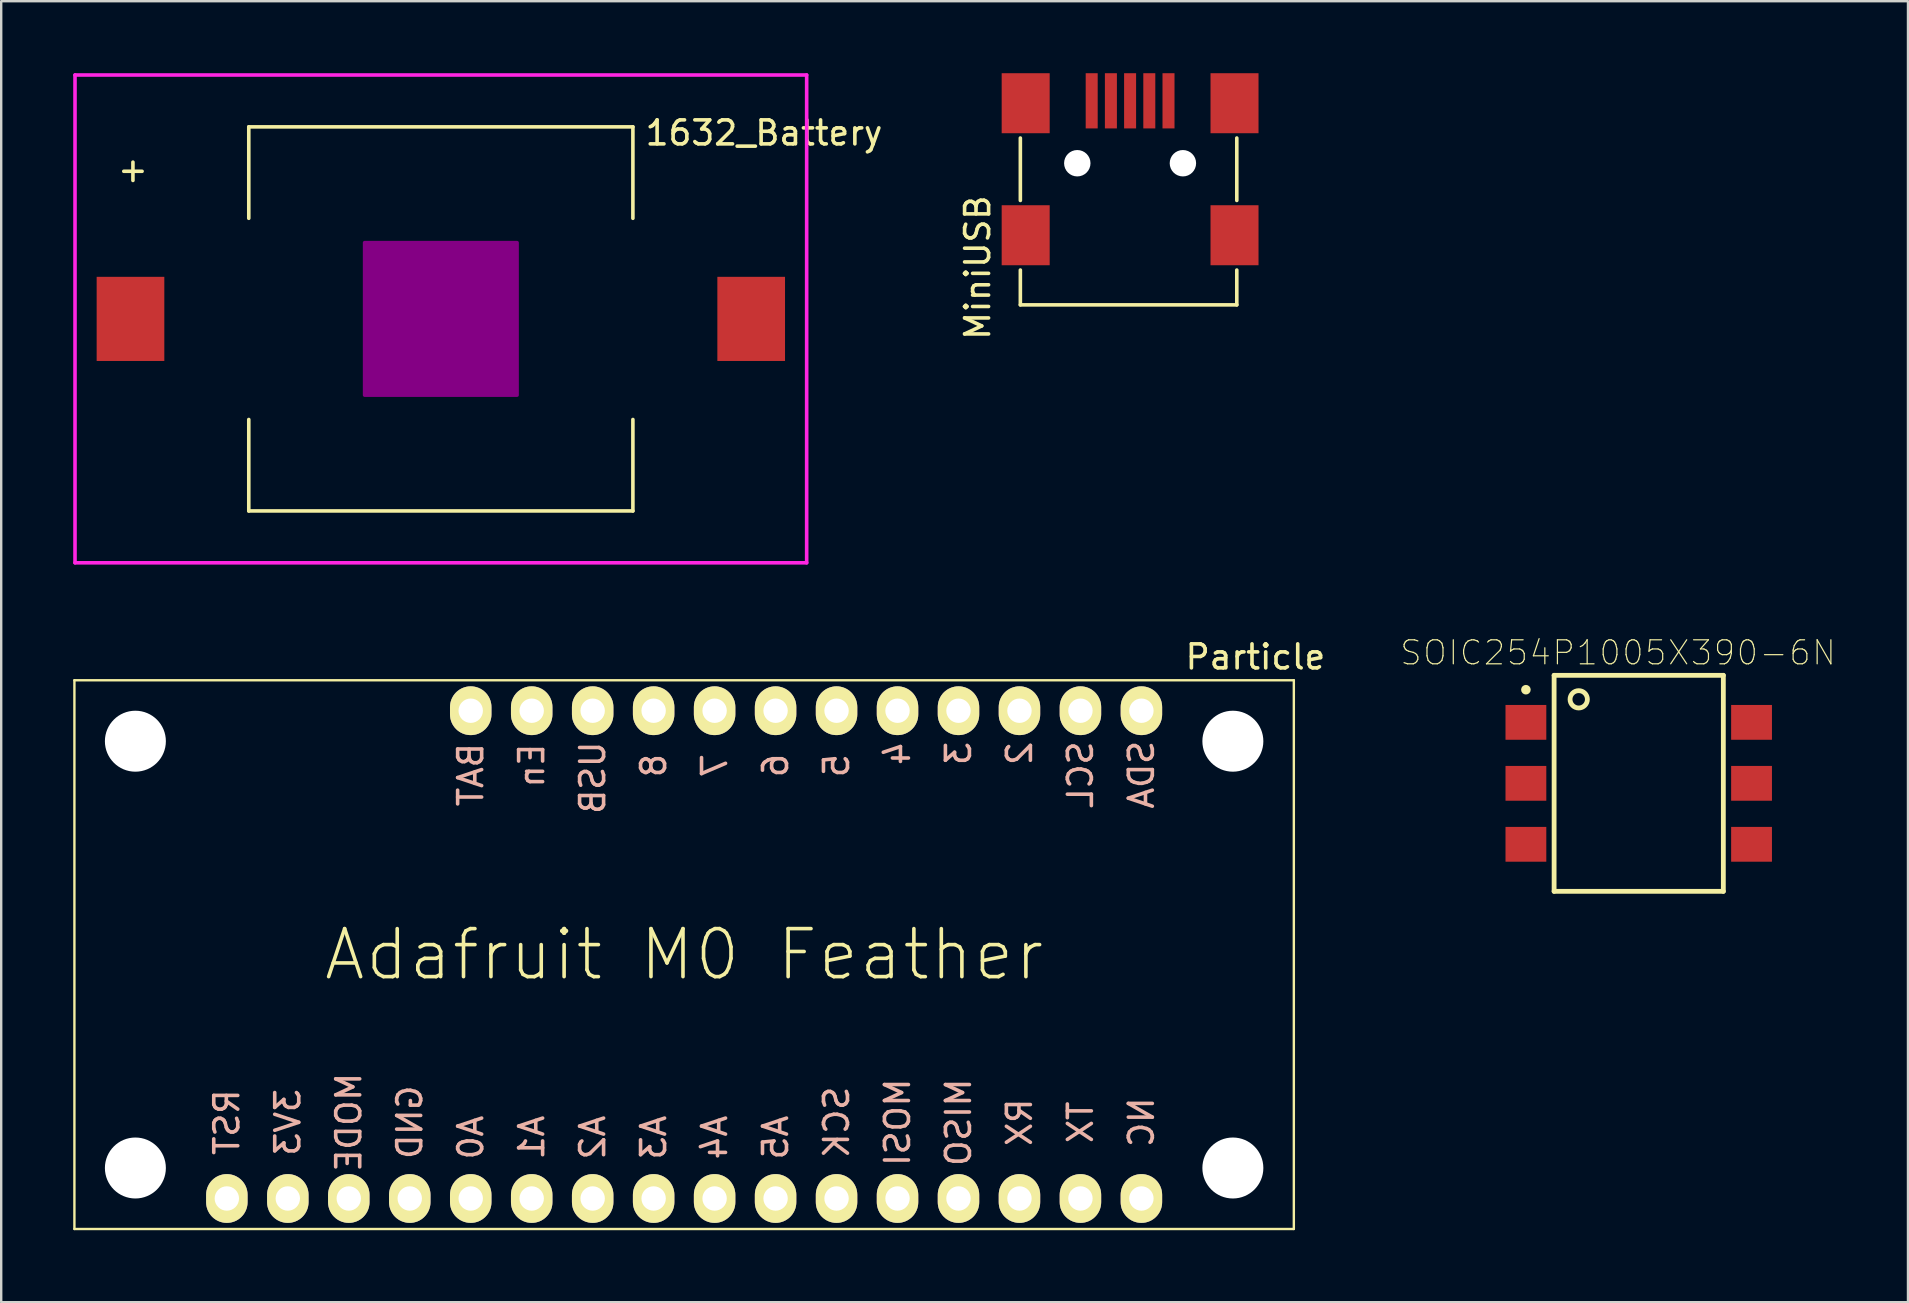
<source format=kicad_pcb>
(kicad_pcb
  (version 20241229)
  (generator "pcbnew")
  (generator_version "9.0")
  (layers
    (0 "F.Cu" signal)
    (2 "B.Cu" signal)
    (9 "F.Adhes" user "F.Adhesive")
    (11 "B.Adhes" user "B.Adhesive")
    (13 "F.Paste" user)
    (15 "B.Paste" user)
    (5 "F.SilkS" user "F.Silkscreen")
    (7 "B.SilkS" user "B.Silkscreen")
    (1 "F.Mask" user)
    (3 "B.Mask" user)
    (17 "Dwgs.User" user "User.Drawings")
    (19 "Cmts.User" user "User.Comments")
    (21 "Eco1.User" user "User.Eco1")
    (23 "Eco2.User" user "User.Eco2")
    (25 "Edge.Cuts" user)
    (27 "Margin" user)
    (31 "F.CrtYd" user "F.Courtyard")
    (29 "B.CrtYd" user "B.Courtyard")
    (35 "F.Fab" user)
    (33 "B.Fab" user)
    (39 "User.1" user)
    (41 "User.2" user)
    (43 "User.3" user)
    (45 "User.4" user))
  (footprint "1632_Battery"
    (layer "F.Cu")
    (at 15.315 10.235)
    (property "Reference" "1632_Battery" (at 13.462 -7.747 0) (layer "F.SilkS") (effects (font (size 1 1) (thickness 0.15))))
    (attr through_hole)
    (fp_line (start -8.001 -8.001) (end -8.001 -4.191) (stroke (width 0.15) (type solid)) (layer "F.SilkS"))
    (fp_line (start -8.001 -8.001) (end 8.001 -8.001) (stroke (width 0.15) (type solid)) (layer "F.SilkS"))
    (fp_line (start -8.001 8.001) (end -8.001 4.191) (stroke (width 0.15) (type solid)) (layer "F.SilkS"))
    (fp_line (start -8.001 8.001) (end 8.001 8.001) (stroke (width 0.15) (type solid)) (layer "F.SilkS"))
    (fp_line (start 8.001 -8.001) (end 8.001 -4.191) (stroke (width 0.15) (type solid)) (layer "F.SilkS"))
    (fp_line (start 8.001 8.001) (end 8.001 4.191) (stroke (width 0.15) (type solid)) (layer "F.SilkS"))
    (fp_poly (pts (xy -3.175 -3.175) (xy 3.175 -3.175) (xy 3.175 3.175) (xy -3.175 3.175)) (stroke (width 0.15) (type solid)) (fill yes) (layer "F.Adhes"))
    (fp_line (start -15.24 -10.16) (end 15.24 -10.16) (stroke (width 0.15) (type solid)) (layer "F.CrtYd"))
    (fp_line (start -15.24 10.16) (end -15.24 -10.16) (stroke (width 0.15) (type solid)) (layer "F.CrtYd"))
    (fp_line (start 15.24 -10.16) (end 15.24 10.16) (stroke (width 0.15) (type solid)) (layer "F.CrtYd"))
    (fp_line (start 15.24 10.16) (end -15.24 10.16) (stroke (width 0.15) (type solid)) (layer "F.CrtYd"))
    (fp_text user "+" (at -12.827 -6.223 0) (layer "F.SilkS") (effects (font (size 1 1) (thickness 0.15))))
    (pad "1" smd rect (at -12.929 0) (size 2.819 3.505) (layers "F.Cu" "F.Mask" "F.Paste"))
    (pad "2" smd rect (at 12.929 0) (size 2.819 3.505) (layers "F.Cu" "F.Mask" "F.Paste")))
  (footprint "MiniUSB"
    (layer "F.Cu")
    (at 44.029 5.5)
    (property "Reference" "MiniUSB" (at -6.35 2.599 90) (layer "F.SilkS") (effects (font (size 1 1) (thickness 0.15))))
    (attr smd)
    (fp_line (start -4.572 -0.2) (end -4.572 -2.8) (stroke (width 0.15) (type solid)) (layer "F.SilkS"))
    (fp_line (start -4.572 4.15) (end -4.572 2.7) (stroke (width 0.15) (type solid)) (layer "F.SilkS"))
    (fp_line (start -4.572 4.15) (end 4.445 4.15) (stroke (width 0.15) (type solid)) (layer "F.SilkS"))
    (fp_line (start 4.445 -0.2) (end 4.445 -2.8) (stroke (width 0.15) (type solid)) (layer "F.SilkS"))
    (fp_line (start 4.445 4.15) (end 4.445 2.7) (stroke (width 0.15) (type solid)) (layer "F.SilkS"))
    (pad "" np_thru_hole circle (at -2.2 -1.75 90) (size 1.1 1.1) (drill 1.1) (layers "*.Cu" "*.Mask"))
    (pad "" np_thru_hole circle (at 2.2 -1.75 90) (size 1.1 1.1) (drill 1.1) (layers "*.Cu" "*.Mask"))
    (pad "1" smd rect (at -1.6 -4.35 90) (size 2.3 0.5) (layers "F.Cu" "F.Mask" "F.Paste"))
    (pad "2" smd rect (at -0.8 -4.35 90) (size 2.3 0.5) (layers "F.Cu" "F.Mask" "F.Paste"))
    (pad "3" smd rect (at 0 -4.35 90) (size 2.3 0.5) (layers "F.Cu" "F.Mask" "F.Paste"))
    (pad "4" smd rect (at 0.8 -4.35 90) (size 2.3 0.5) (layers "F.Cu" "F.Mask" "F.Paste"))
    (pad "5" smd rect (at 1.6 -4.35 90) (size 2.3 0.5) (layers "F.Cu" "F.Mask" "F.Paste"))
    (pad "6" smd rect (at -4.35 1.25 90) (size 2.5 2) (layers "F.Cu" "F.Mask" "F.Paste"))
    (pad "7" smd rect (at -4.35 -4.25 90) (size 2.5 2) (layers "F.Cu" "F.Mask" "F.Paste"))
    (pad "8" smd rect (at 4.35 1.25 90) (size 2.5 2) (layers "F.Cu" "F.Mask" "F.Paste"))
    (pad "9" smd rect (at 4.35 -4.25 90) (size 2.5 2) (layers "F.Cu" "F.Mask" "F.Paste")))
  (footprint "SOIC254P1005X390-6N"
    (layer "F.Cu")
    (at 65.218 29.583)
    (property "Reference" "SOIC254P1005X390-6N" (at -0.861 -5.44 0) (layer "F.SilkS") (effects (font (size 1.001 1.001) (thickness 0.05))))
    (attr smd)
    (fp_line (start -3.525 -4.5) (end 3.525 -4.5) (stroke (width 0.2) (type solid)) (layer "F.SilkS"))
    (fp_line (start -3.525 4.5) (end -3.525 -4.5) (stroke (width 0.2) (type solid)) (layer "F.SilkS"))
    (fp_line (start 3.525 -4.5) (end 3.525 4.5) (stroke (width 0.2) (type solid)) (layer "F.SilkS"))
    (fp_line (start 3.525 4.5) (end -3.525 4.5) (stroke (width 0.2) (type solid)) (layer "F.SilkS"))
    (fp_circle (center -4.7 -3.9) (end -4.6 -3.9) (stroke (width 0.2) (type solid)) (fill no) (layer "F.SilkS"))
    (fp_circle (center -2.5 -3.5) (end -2.139 -3.5) (stroke (width 0.2) (type solid)) (fill no) (layer "F.SilkS"))
    (fp_line (start -5.8 -4.75) (end 5.8 -4.75) (stroke (width 0.05) (type solid)) (layer "Eco1.User"))
    (fp_line (start -5.8 4.75) (end -5.8 -4.75) (stroke (width 0.05) (type solid)) (layer "Eco1.User"))
    (fp_line (start 5.8 -4.75) (end 5.8 4.75) (stroke (width 0.05) (type solid)) (layer "Eco1.User"))
    (fp_line (start 5.8 4.75) (end -5.8 4.75) (stroke (width 0.05) (type solid)) (layer "Eco1.User"))
    (pad "1" smd rect (at -4.7 -2.54) (size 1.7 1.45) (layers "F.Cu" "F.Mask" "F.Paste"))
    (pad "2" smd rect (at -4.7 0) (size 1.7 1.45) (layers "F.Cu" "F.Mask" "F.Paste"))
    (pad "3" smd rect (at -4.7 2.54) (size 1.7 1.45) (layers "F.Cu" "F.Mask" "F.Paste"))
    (pad "4" smd rect (at 4.7 2.54 180) (size 1.7 1.45) (layers "F.Cu" "F.Mask" "F.Paste"))
    (pad "5" smd rect (at 4.7 0 180) (size 1.7 1.45) (layers "F.Cu" "F.Mask" "F.Paste"))
    (pad "6" smd rect (at 4.7 -2.54 180) (size 1.7 1.45) (layers "F.Cu" "F.Mask" "F.Paste")))
  (footprint "Particle"
    (layer "F.Cu")
    (at 25.45 36.718)
    (property "Reference" "Particle" (at 23.8 -12.4 0) (layer "F.SilkS") (effects (font (size 1 1) (thickness 0.15))))
    (attr through_hole)
    (fp_line (start -25.4 -11.43) (end -25.4 11.43) (stroke (width 0.1) (type solid)) (layer "F.SilkS"))
    (fp_line (start -25.4 -11.43) (end 25.4 -11.43) (stroke (width 0.1) (type solid)) (layer "F.SilkS"))
    (fp_line (start -25.4 11.43) (end 25.4 11.43) (stroke (width 0.1) (type solid)) (layer "F.SilkS"))
    (fp_line (start 25.4 -11.43) (end 25.4 11.43) (stroke (width 0.1) (type solid)) (layer "F.SilkS"))
    (fp_text user "Adafruit M0 Feather" (at 0 0 0) (layer "F.SilkS") (effects (font (size 2 2) (thickness 0.15))))
    (fp_text user "6" (at 3.81 -7.874 90) (layer "B.SilkS") (effects (font (size 1 1) (thickness 0.15)) (justify mirror)))
    (fp_text user "En" (at -6.35 -7.874 90) (layer "B.SilkS") (effects (font (size 1 1) (thickness 0.15)) (justify mirror)))
    (fp_text user "MOSI" (at 8.89 6.985 90) (layer "B.SilkS") (effects (font (size 1 1) (thickness 0.15)) (justify mirror)))
    (fp_text user "A4" (at 1.27 7.62 90) (layer "B.SilkS") (effects (font (size 1 1) (thickness 0.15)) (justify mirror)))
    (fp_text user "8" (at -1.27 -7.874 90) (layer "B.SilkS") (effects (font (size 1 1) (thickness 0.15)) (justify mirror)))
    (fp_text user "A1" (at -6.35 7.62 90) (layer "B.SilkS") (effects (font (size 1 1) (thickness 0.15)) (justify mirror)))
    (fp_text user "3V3" (at -16.51 6.985 90) (layer "B.SilkS") (effects (font (size 1 1) (thickness 0.15)) (justify mirror)))
    (fp_text user "A0" (at -8.89 7.62 90) (layer "B.SilkS") (effects (font (size 1 1) (thickness 0.15)) (justify mirror)))
    (fp_text user "4" (at 8.89 -8.382 90) (layer "B.SilkS") (effects (font (size 1 1) (thickness 0.15)) (justify mirror)))
    (fp_text user "BAT" (at -8.89 -7.493 90) (layer "B.SilkS") (effects (font (size 1 1) (thickness 0.15)) (justify mirror)))
    (fp_text user "A5" (at 3.81 7.62 90) (layer "B.SilkS") (effects (font (size 1 1) (thickness 0.15)) (justify mirror)))
    (fp_text user "3" (at 11.43 -8.382 90) (layer "B.SilkS") (effects (font (size 1 1) (thickness 0.15)) (justify mirror)))
    (fp_text user "NC" (at 19.05 6.985 90) (layer "B.SilkS") (effects (font (size 1 1) (thickness 0.15)) (justify mirror)))
    (fp_text user "TX" (at 16.51 6.985 90) (layer "B.SilkS") (effects (font (size 1 1) (thickness 0.15)) (justify mirror)))
    (fp_text user "GND" (at -11.43 6.985 90) (layer "B.SilkS") (effects (font (size 1 1) (thickness 0.15)) (justify mirror)))
    (fp_text user "A3" (at -1.27 7.62 90) (layer "B.SilkS") (effects (font (size 1 1) (thickness 0.15)) (justify mirror)))
    (fp_text user "2" (at 13.97 -8.382 90) (layer "B.SilkS") (effects (font (size 1 1) (thickness 0.15)) (justify mirror)))
    (fp_text user "RST" (at -19.05 6.985 90) (layer "B.SilkS") (effects (font (size 1 1) (thickness 0.15)) (justify mirror)))
    (fp_text user "7" (at 1.27 -7.874 90) (layer "B.SilkS") (effects (font (size 1 1) (thickness 0.15)) (justify mirror)))
    (fp_text user "SCK" (at 6.35 6.985 90) (layer "B.SilkS") (effects (font (size 1 1) (thickness 0.15)) (justify mirror)))
    (fp_text user "RX" (at 13.97 6.985 90) (layer "B.SilkS") (effects (font (size 1 1) (thickness 0.15)) (justify mirror)))
    (fp_text user "A2" (at -3.81 7.62 90) (layer "B.SilkS") (effects (font (size 1 1) (thickness 0.15)) (justify mirror)))
    (fp_text user "SDA" (at 19.05 -7.493 90) (layer "B.SilkS") (effects (font (size 1 1) (thickness 0.15)) (justify mirror)))
    (fp_text user "USB" (at -3.81 -7.366 90) (layer "B.SilkS") (effects (font (size 1 1) (thickness 0.15)) (justify mirror)))
    (fp_text user "MISO" (at 11.43 6.985 90) (layer "B.SilkS") (effects (font (size 1 1) (thickness 0.15)) (justify mirror)))
    (fp_text user "MODE" (at -13.97 6.985 90) (layer "B.SilkS") (effects (font (size 1 1) (thickness 0.15)) (justify mirror)))
    (fp_text user "5" (at 6.35 -7.874 90) (layer "B.SilkS") (effects (font (size 1 1) (thickness 0.15)) (justify mirror)))
    (fp_text user "SCL" (at 16.51 -7.493 90) (layer "B.SilkS") (effects (font (size 1 1) (thickness 0.15)) (justify mirror)))
    (pad "" np_thru_hole circle (at -22.86 -8.89) (size 2.54 2.54) (drill 2.54) (layers "*.Cu" "*.Mask"))
    (pad "" np_thru_hole circle (at -22.86 8.89) (size 2.54 2.54) (drill 2.54) (layers "*.Cu" "*.Mask"))
    (pad "" np_thru_hole circle (at 22.86 -8.89) (size 2.54 2.54) (drill 2.54) (layers "*.Cu" "*.Mask"))
    (pad "" np_thru_hole circle (at 22.86 8.89) (size 2.54 2.54) (drill 2.54) (layers "*.Cu" "*.Mask"))
    (pad "1" thru_hole oval (at -19.05 10.16) (size 1.727 2.032) (drill 1.016) (layers "*.Cu" "*.Mask" "F.SilkS"))
    (pad "2" thru_hole oval (at -16.51 10.16) (size 1.727 2.032) (drill 1.016) (layers "*.Cu" "*.Mask" "F.SilkS"))
    (pad "3" thru_hole oval (at -13.97 10.16) (size 1.727 2.032) (drill 1.016) (layers "*.Cu" "*.Mask" "F.SilkS"))
    (pad "4" thru_hole oval (at -11.43 10.16) (size 1.727 2.032) (drill 1.016) (layers "*.Cu" "*.Mask" "F.SilkS"))
    (pad "5" thru_hole oval (at -8.89 10.16) (size 1.727 2.032) (drill 1.016) (layers "*.Cu" "*.Mask" "F.SilkS"))
    (pad "6" thru_hole oval (at -6.35 10.16) (size 1.727 2.032) (drill 1.016) (layers "*.Cu" "*.Mask" "F.SilkS"))
    (pad "7" thru_hole oval (at -3.81 10.16) (size 1.727 2.032) (drill 1.016) (layers "*.Cu" "*.Mask" "F.SilkS"))
    (pad "8" thru_hole oval (at -1.27 10.16) (size 1.727 2.032) (drill 1.016) (layers "*.Cu" "*.Mask" "F.SilkS"))
    (pad "9" thru_hole oval (at 1.27 10.16) (size 1.727 2.032) (drill 1.016) (layers "*.Cu" "*.Mask" "F.SilkS"))
    (pad "10" thru_hole oval (at 3.81 10.16) (size 1.727 2.032) (drill 1.016) (layers "*.Cu" "*.Mask" "F.SilkS"))
    (pad "11" thru_hole oval (at 6.35 10.16) (size 1.727 2.032) (drill 1.016) (layers "*.Cu" "*.Mask" "F.SilkS"))
    (pad "12" thru_hole oval (at 8.89 10.16) (size 1.727 2.032) (drill 1.016) (layers "*.Cu" "*.Mask" "F.SilkS"))
    (pad "13" thru_hole oval (at 11.43 10.16) (size 1.727 2.032) (drill 1.016) (layers "*.Cu" "*.Mask" "F.SilkS"))
    (pad "14" thru_hole oval (at 13.97 10.16) (size 1.727 2.032) (drill 1.016) (layers "*.Cu" "*.Mask" "F.SilkS"))
    (pad "15" thru_hole oval (at 16.51 10.16) (size 1.727 2.032) (drill 1.016) (layers "*.Cu" "*.Mask" "F.SilkS"))
    (pad "16" thru_hole oval (at 19.05 10.16) (size 1.727 2.032) (drill 1.016) (layers "*.Cu" "*.Mask" "F.SilkS"))
    (pad "17" thru_hole oval (at -8.89 -10.16) (size 1.727 2.032) (drill 1.016) (layers "*.Cu" "*.Mask" "F.SilkS"))
    (pad "18" thru_hole oval (at -6.35 -10.16) (size 1.727 2.032) (drill 1.016) (layers "*.Cu" "*.Mask" "F.SilkS"))
    (pad "19" thru_hole oval (at -3.81 -10.16) (size 1.727 2.032) (drill 1.016) (layers "*.Cu" "*.Mask" "F.SilkS"))
    (pad "20" thru_hole oval (at -1.27 -10.16) (size 1.727 2.032) (drill 1.016) (layers "*.Cu" "*.Mask" "F.SilkS"))
    (pad "21" thru_hole oval (at 1.27 -10.16) (size 1.727 2.032) (drill 1.016) (layers "*.Cu" "*.Mask" "F.SilkS"))
    (pad "22" thru_hole oval (at 3.81 -10.16) (size 1.727 2.032) (drill 1.016) (layers "*.Cu" "*.Mask" "F.SilkS"))
    (pad "23" thru_hole oval (at 6.35 -10.16) (size 1.727 2.032) (drill 1.016) (layers "*.Cu" "*.Mask" "F.SilkS"))
    (pad "24" thru_hole oval (at 8.89 -10.16) (size 1.727 2.032) (drill 1.016) (layers "*.Cu" "*.Mask" "F.SilkS"))
    (pad "25" thru_hole oval (at 11.43 -10.16) (size 1.727 2.032) (drill 1.016) (layers "*.Cu" "*.Mask" "F.SilkS"))
    (pad "26" thru_hole oval (at 13.97 -10.16) (size 1.727 2.032) (drill 1.016) (layers "*.Cu" "*.Mask" "F.SilkS"))
    (pad "27" thru_hole oval (at 16.51 -10.16) (size 1.727 2.032) (drill 1.016) (layers "*.Cu" "*.Mask" "F.SilkS"))
    (pad "28" thru_hole oval (at 19.05 -10.16) (size 1.727 2.032) (drill 1.016) (layers "*.Cu" "*.Mask" "F.SilkS")))
  (gr_rect
    (start -3 -3)
    (end 76.435 51.198)
    (stroke (width 0.1) (type default))
    (fill no)
    (layer "Edge.Cuts")))
</source>
